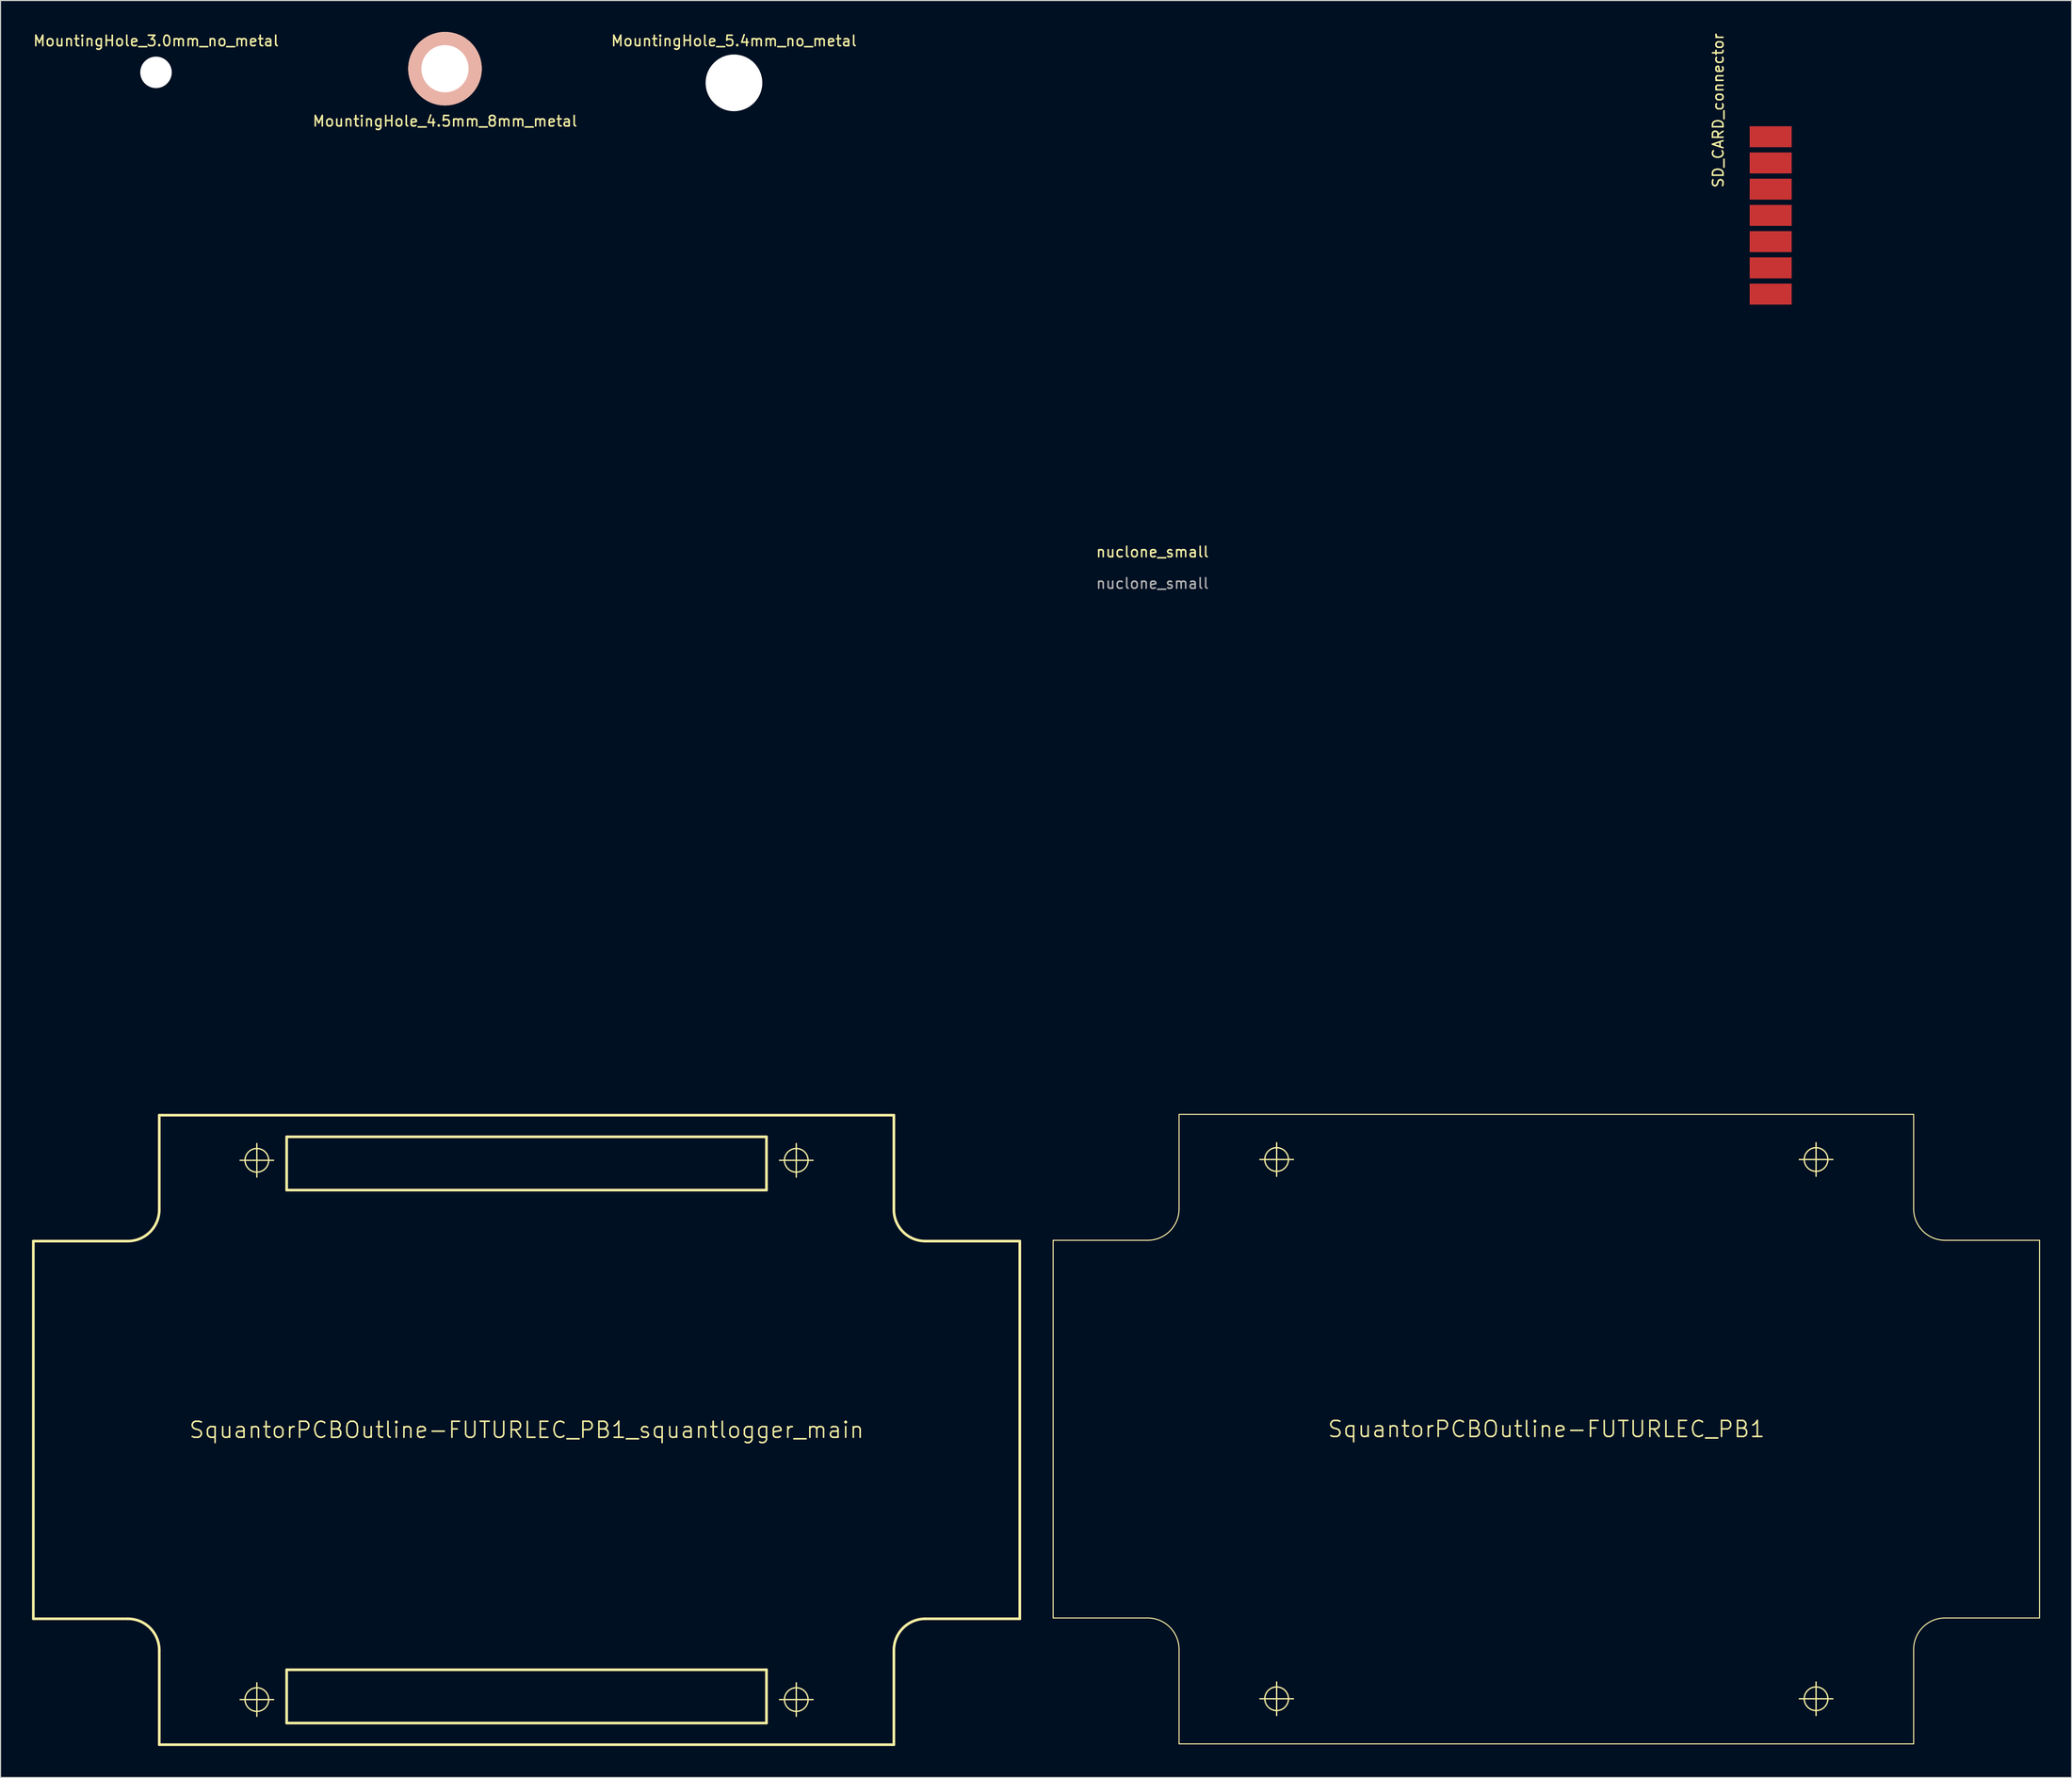
<source format=kicad_pcb>
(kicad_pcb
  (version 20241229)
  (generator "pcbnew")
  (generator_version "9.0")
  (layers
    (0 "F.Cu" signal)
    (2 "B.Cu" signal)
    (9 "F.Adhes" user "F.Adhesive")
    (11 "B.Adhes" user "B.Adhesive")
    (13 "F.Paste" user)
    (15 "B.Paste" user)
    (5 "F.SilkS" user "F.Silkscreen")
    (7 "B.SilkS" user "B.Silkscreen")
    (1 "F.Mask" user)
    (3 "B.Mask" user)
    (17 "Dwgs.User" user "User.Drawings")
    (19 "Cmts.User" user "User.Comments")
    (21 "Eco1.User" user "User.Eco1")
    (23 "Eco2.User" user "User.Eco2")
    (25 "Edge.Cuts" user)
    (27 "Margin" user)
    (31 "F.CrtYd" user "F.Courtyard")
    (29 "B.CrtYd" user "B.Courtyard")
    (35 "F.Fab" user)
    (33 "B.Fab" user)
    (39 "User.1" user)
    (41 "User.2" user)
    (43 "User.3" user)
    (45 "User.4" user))
  (footprint "MountingHole_3.0mm_no_metal"
    (layer "F.Cu")
    (at 11.815 3.848)
    (property "Reference" "MountingHole_3.0mm_no_metal" (at 0 -3 0) (layer "F.SilkS") (effects (font (size 1 1) (thickness 0.15))))
    (attr through_hole)
    (pad "" np_thru_hole circle (at 0 0) (size 3 3) (drill 3) (layers "*.Cu" "*.Mask")))
  (footprint "SquantorPCBOutline-FUTURLEC_PB1_squantlogger_main"
    (layer "F.Cu")
    (at 47.125 133.247)
    (property "Reference" "SquantorPCBOutline-FUTURLEC_PB1_squantlogger_main" (at 0 0 0) (layer "F.SilkS") (effects (font (size 1.524 1.524) (thickness 0.15))))
    (attr exclude_from_pos_files exclude_from_bom)
    (fp_line (start -46.998 17.998) (end -46.998 -17.998) (stroke (width 0.254) (type solid)) (layer "F.SilkS"))
    (fp_line (start -46.998 17.998) (end -37.998 17.998) (stroke (width 0.254) (type solid)) (layer "F.SilkS"))
    (fp_line (start -37.998 -17.998) (end -46.998 -17.998) (stroke (width 0.254) (type solid)) (layer "F.SilkS"))
    (fp_line (start -34.999 -30) (end -34.999 -20.998) (stroke (width 0.254) (type solid)) (layer "F.SilkS"))
    (fp_line (start -34.999 -30) (end 34.999 -30) (stroke (width 0.254) (type solid)) (layer "F.SilkS"))
    (fp_line (start -34.999 20.998) (end -34.999 30) (stroke (width 0.254) (type solid)) (layer "F.SilkS"))
    (fp_line (start -27.3 -25.7) (end -24.1 -25.7) (stroke (width 0.127) (type solid)) (layer "F.SilkS"))
    (fp_line (start -27.3 25.7) (end -24.1 25.7) (stroke (width 0.127) (type solid)) (layer "F.SilkS"))
    (fp_line (start -25.7 -24.1) (end -25.7 -27.3) (stroke (width 0.127) (type solid)) (layer "F.SilkS"))
    (fp_line (start -25.7 27.3) (end -25.7 24.1) (stroke (width 0.127) (type solid)) (layer "F.SilkS"))
    (fp_line (start -22.86 -27.94) (end 22.86 -27.94) (stroke (width 0.254) (type solid)) (layer "F.SilkS"))
    (fp_line (start -22.86 -22.86) (end -22.86 -27.94) (stroke (width 0.254) (type solid)) (layer "F.SilkS"))
    (fp_line (start -22.86 22.86) (end 22.86 22.86) (stroke (width 0.254) (type solid)) (layer "F.SilkS"))
    (fp_line (start -22.86 27.94) (end -22.86 22.86) (stroke (width 0.254) (type solid)) (layer "F.SilkS"))
    (fp_line (start 22.86 -27.94) (end 22.86 -22.86) (stroke (width 0.254) (type solid)) (layer "F.SilkS"))
    (fp_line (start 22.86 -22.86) (end -22.86 -22.86) (stroke (width 0.254) (type solid)) (layer "F.SilkS"))
    (fp_line (start 22.86 22.86) (end 22.86 27.94) (stroke (width 0.254) (type solid)) (layer "F.SilkS"))
    (fp_line (start 22.86 27.94) (end -22.86 27.94) (stroke (width 0.254) (type solid)) (layer "F.SilkS"))
    (fp_line (start 24.1 -25.7) (end 27.3 -25.7) (stroke (width 0.127) (type solid)) (layer "F.SilkS"))
    (fp_line (start 24.1 25.7) (end 27.3 25.7) (stroke (width 0.127) (type solid)) (layer "F.SilkS"))
    (fp_line (start 25.7 -24.1) (end 25.7 -27.3) (stroke (width 0.127) (type solid)) (layer "F.SilkS"))
    (fp_line (start 25.7 27.3) (end 25.7 24.1) (stroke (width 0.127) (type solid)) (layer "F.SilkS"))
    (fp_line (start 34.999 -20.998) (end 34.999 -30) (stroke (width 0.254) (type solid)) (layer "F.SilkS"))
    (fp_line (start 34.999 30) (end -34.999 30) (stroke (width 0.254) (type solid)) (layer "F.SilkS"))
    (fp_line (start 34.999 30) (end 34.999 20.998) (stroke (width 0.254) (type solid)) (layer "F.SilkS"))
    (fp_line (start 37.998 17.998) (end 46.998 17.998) (stroke (width 0.254) (type solid)) (layer "F.SilkS"))
    (fp_line (start 46.998 -17.998) (end 37.998 -17.998) (stroke (width 0.254) (type solid)) (layer "F.SilkS"))
    (fp_line (start 46.998 -17.998) (end 46.998 17.998) (stroke (width 0.254) (type solid)) (layer "F.SilkS"))
    (fp_arc (start -37.9984 17.99844) (mid -35.877264 18.877044) (end -34.99866 20.99818) (stroke (width 0.254) (type solid)) (layer "F.SilkS"))
    (fp_arc (start -34.99866 -20.99818) (mid -35.877264 -18.877044) (end -37.9984 -17.99844) (stroke (width 0.254) (type solid)) (layer "F.SilkS"))
    (fp_arc (start 34.99866 20.99818) (mid 35.877264 18.877044) (end 37.9984 17.99844) (stroke (width 0.254) (type solid)) (layer "F.SilkS"))
    (fp_arc (start 37.9984 -17.99844) (mid 35.877264 -18.877044) (end 34.99866 -20.99818) (stroke (width 0.254) (type solid)) (layer "F.SilkS"))
    (fp_circle (center -25.7 -25.7) (end -26.497 -26.497) (stroke (width 0.127) (type solid)) (fill no) (layer "F.SilkS"))
    (fp_circle (center -25.7 25.7) (end -26.497 26.497) (stroke (width 0.127) (type solid)) (fill no) (layer "F.SilkS"))
    (fp_circle (center 25.7 -25.7) (end 26.497 -26.497) (stroke (width 0.127) (type solid)) (fill no) (layer "F.SilkS"))
    (fp_circle (center 25.7 25.7) (end 26.497 26.497) (stroke (width 0.127) (type solid)) (fill no) (layer "F.SilkS")))
  (footprint "SquantorPCBOutline-FUTURLEC_PB1"
    (layer "F.Cu")
    (at 144.297 133.17)
    (property "Reference" "SquantorPCBOutline-FUTURLEC_PB1" (at 0 0 0) (layer "F.SilkS") (effects (font (size 1.524 1.524) (thickness 0.15))))
    (attr exclude_from_pos_files exclude_from_bom)
    (fp_line (start -46.998 17.998) (end -46.998 -17.998) (stroke (width 0.1) (type solid)) (layer "F.SilkS"))
    (fp_line (start -46.998 17.998) (end -37.998 17.998) (stroke (width 0.1) (type solid)) (layer "F.SilkS"))
    (fp_line (start -37.998 -17.998) (end -46.998 -17.998) (stroke (width 0.1) (type solid)) (layer "F.SilkS"))
    (fp_line (start -34.999 -30) (end -34.999 -20.998) (stroke (width 0.1) (type solid)) (layer "F.SilkS"))
    (fp_line (start -34.999 -30) (end 34.999 -30) (stroke (width 0.1) (type solid)) (layer "F.SilkS"))
    (fp_line (start -34.999 20.998) (end -34.999 30) (stroke (width 0.1) (type solid)) (layer "F.SilkS"))
    (fp_line (start -27.3 -25.7) (end -24.1 -25.7) (stroke (width 0.127) (type solid)) (layer "F.SilkS"))
    (fp_line (start -27.3 25.7) (end -24.1 25.7) (stroke (width 0.127) (type solid)) (layer "F.SilkS"))
    (fp_line (start -25.7 -24.1) (end -25.7 -27.3) (stroke (width 0.127) (type solid)) (layer "F.SilkS"))
    (fp_line (start -25.7 27.3) (end -25.7 24.1) (stroke (width 0.127) (type solid)) (layer "F.SilkS"))
    (fp_line (start 24.1 -25.7) (end 27.3 -25.7) (stroke (width 0.127) (type solid)) (layer "F.SilkS"))
    (fp_line (start 24.1 25.7) (end 27.3 25.7) (stroke (width 0.127) (type solid)) (layer "F.SilkS"))
    (fp_line (start 25.7 -24.1) (end 25.7 -27.3) (stroke (width 0.127) (type solid)) (layer "F.SilkS"))
    (fp_line (start 25.7 27.3) (end 25.7 24.1) (stroke (width 0.127) (type solid)) (layer "F.SilkS"))
    (fp_line (start 34.999 -20.998) (end 34.999 -30) (stroke (width 0.1) (type solid)) (layer "F.SilkS"))
    (fp_line (start 34.999 30) (end -34.999 30) (stroke (width 0.1) (type solid)) (layer "F.SilkS"))
    (fp_line (start 34.999 30) (end 34.999 20.998) (stroke (width 0.1) (type solid)) (layer "F.SilkS"))
    (fp_line (start 37.998 17.998) (end 46.998 17.998) (stroke (width 0.1) (type solid)) (layer "F.SilkS"))
    (fp_line (start 46.998 -17.998) (end 37.998 -17.998) (stroke (width 0.1) (type solid)) (layer "F.SilkS"))
    (fp_line (start 46.998 -17.998) (end 46.998 17.998) (stroke (width 0.1) (type solid)) (layer "F.SilkS"))
    (fp_arc (start -37.9984 17.99844) (mid -35.877264 18.877044) (end -34.99866 20.99818) (stroke (width 0.1) (type solid)) (layer "F.SilkS"))
    (fp_arc (start -34.99866 -20.99818) (mid -35.877264 -18.877044) (end -37.9984 -17.99844) (stroke (width 0.1) (type solid)) (layer "F.SilkS"))
    (fp_arc (start 34.99866 20.99818) (mid 35.877264 18.877044) (end 37.9984 17.99844) (stroke (width 0.1) (type solid)) (layer "F.SilkS"))
    (fp_arc (start 37.9984 -17.99844) (mid 35.877264 -18.877044) (end 34.99866 -20.99818) (stroke (width 0.1) (type solid)) (layer "F.SilkS"))
    (fp_circle (center -25.7 -25.7) (end -26.497 -26.497) (stroke (width 0.127) (type solid)) (fill no) (layer "F.SilkS"))
    (fp_circle (center -25.7 25.7) (end -26.497 26.497) (stroke (width 0.127) (type solid)) (fill no) (layer "F.SilkS"))
    (fp_circle (center 25.7 -25.7) (end 26.497 -26.497) (stroke (width 0.127) (type solid)) (fill no) (layer "F.SilkS"))
    (fp_circle (center 25.7 25.7) (end 26.497 26.497) (stroke (width 0.127) (type solid)) (fill no) (layer "F.SilkS")))
  (footprint "MountingHole_5.4mm_no_metal"
    (layer "F.Cu")
    (at 66.887 4.848)
    (property "Reference" "MountingHole_5.4mm_no_metal" (at 0 -4 0) (layer "F.SilkS") (effects (font (size 1 1) (thickness 0.15))))
    (attr through_hole)
    (pad "" np_thru_hole circle (at 0 0) (size 5.4 5.4) (drill 5.4) (layers "*.Cu" "*.Mask")))
  (footprint "MountingHole_4.5mm_8mm_metal"
    (layer "F.Cu")
    (at 39.351 3.5)
    (property "Reference" "MountingHole_4.5mm_8mm_metal" (at 0 5 0) (layer "F.SilkS") (effects (font (size 1 1) (thickness 0.15))))
    (attr through_hole)
    (pad "S" thru_hole circle (at 0 0) (size 7 7) (drill 4.5) (layers "*.Cu" "*.SilkS")))
  (footprint "SD_CARD_connector"
    (layer "F.Cu")
    (at 165.671 17.482)
    (property "Reference" "SD_CARD_connector" (at -5 -10 90) (layer "F.SilkS") (effects (font (size 1 1) (thickness 0.15))))
    (attr through_hole)
    (pad "1" smd rect (at 0 -7.5 90) (size 2 4) (layers "F.Cu" "F.Mask" "F.Paste"))
    (pad "2" smd rect (at 0 -5 90) (size 2 4) (layers "F.Cu" "F.Mask" "F.Paste"))
    (pad "3" smd rect (at 0 -2.5 90) (size 2 4) (layers "F.Cu" "F.Mask" "F.Paste"))
    (pad "4" smd rect (at 0 0 90) (size 2 4) (layers "F.Cu" "F.Mask" "F.Paste"))
    (pad "5" smd rect (at 0 2.5 90) (size 2 4) (layers "F.Cu" "F.Mask" "F.Paste"))
    (pad "6" smd rect (at 0 5 90) (size 2 4) (layers "F.Cu" "F.Mask" "F.Paste"))
    (pad "7" smd rect (at 0 7.5 90) (size 2 4) (layers "F.Cu" "F.Mask" "F.Paste")))
  (footprint "nuclone_small"
    (layer "F.Cu")
    (at 106.762 50.06)
    (property "Reference" "nuclone_small" (at 0 -0.5 0) (unlocked yes) (layer "F.SilkS") (effects (font (size 1 1) (thickness 0.15))))
    (fp_line (start -25 0) (end 50 0) (stroke (width 0.12) (type solid)) (layer "User.1"))
    (fp_line (start -25 21.3) (end -25 -21.3) (stroke (width 0.12) (type solid)) (layer "User.1"))
    (fp_line (start -22.86 -12.7) (end -17.78 -12.7) (stroke (width 0.12) (type solid)) (layer "User.1"))
    (fp_line (start -22.86 12.7) (end -22.86 -12.7) (stroke (width 0.12) (type solid)) (layer "User.1"))
    (fp_line (start -21.3 -25) (end 21.3 -25) (stroke (width 0.12) (type solid)) (layer "User.1"))
    (fp_line (start -17.78 -12.7) (end -17.78 12.7) (stroke (width 0.12) (type solid)) (layer "User.1"))
    (fp_line (start -17.78 12.7) (end -22.86 12.7) (stroke (width 0.12) (type solid)) (layer "User.1"))
    (fp_line (start 0 -50) (end 0 50) (stroke (width 0.12) (type solid)) (layer "User.1"))
    (fp_line (start 17.78 -12.7) (end 22.86 -12.7) (stroke (width 0.12) (type solid)) (layer "User.1"))
    (fp_line (start 17.78 12.7) (end 17.78 -12.7) (stroke (width 0.12) (type solid)) (layer "User.1"))
    (fp_line (start 21.3 25) (end -21.3 25) (stroke (width 0.12) (type solid)) (layer "User.1"))
    (fp_line (start 22.86 -12.7) (end 22.86 12.7) (stroke (width 0.12) (type solid)) (layer "User.1"))
    (fp_line (start 22.86 12.7) (end 17.78 12.7) (stroke (width 0.12) (type solid)) (layer "User.1"))
    (fp_line (start 25 -21.3) (end 25 21.3) (stroke (width 0.12) (type solid)) (layer "User.1"))
    (fp_circle (center -21.3 -21.3) (end -21.3 -25) (stroke (width 0.12) (type solid)) (fill no) (layer "User.1"))
    (fp_circle (center -21.3 21.3) (end -21.3 17.6) (stroke (width 0.12) (type solid)) (fill no) (layer "User.1"))
    (fp_circle (center -20.32 0) (end -19.32 0) (stroke (width 0.12) (type solid)) (fill no) (layer "User.1"))
    (fp_circle (center 20.32 0) (end 21.32 0) (stroke (width 0.12) (type solid)) (fill no) (layer "User.1"))
    (fp_circle (center 21.3 -21.3) (end 21.3 -25) (stroke (width 0.12) (type solid)) (fill no) (layer "User.1"))
    (fp_circle (center 21.3 21.3) (end 21.3 17.6) (stroke (width 0.12) (type solid)) (fill no) (layer "User.1"))
    (fp_text user "${REFERENCE}" (at 0 2.5 0) (unlocked yes) (layer "F.Fab") (effects (font (size 1 1) (thickness 0.15))))
    (fp_text user "M3 holes" (at -21.4 -21.3 0) (unlocked yes) (layer "User.1") (effects (font (size 1 1) (thickness 0.15)))))
  (gr_rect
    (start -3 -3)
    (end 194.344 166.374)
    (stroke (width 0.1) (type default))
    (fill no)
    (layer "Edge.Cuts")))
</source>
